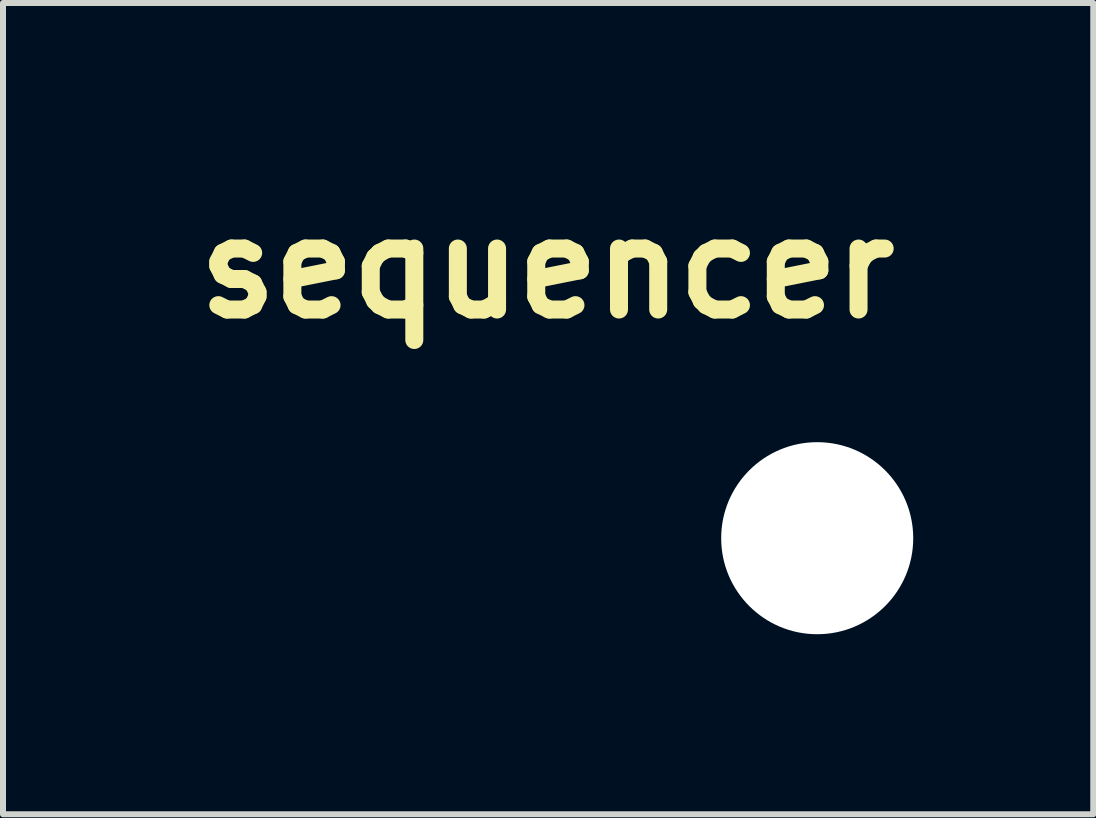
<source format=kicad_pcb>
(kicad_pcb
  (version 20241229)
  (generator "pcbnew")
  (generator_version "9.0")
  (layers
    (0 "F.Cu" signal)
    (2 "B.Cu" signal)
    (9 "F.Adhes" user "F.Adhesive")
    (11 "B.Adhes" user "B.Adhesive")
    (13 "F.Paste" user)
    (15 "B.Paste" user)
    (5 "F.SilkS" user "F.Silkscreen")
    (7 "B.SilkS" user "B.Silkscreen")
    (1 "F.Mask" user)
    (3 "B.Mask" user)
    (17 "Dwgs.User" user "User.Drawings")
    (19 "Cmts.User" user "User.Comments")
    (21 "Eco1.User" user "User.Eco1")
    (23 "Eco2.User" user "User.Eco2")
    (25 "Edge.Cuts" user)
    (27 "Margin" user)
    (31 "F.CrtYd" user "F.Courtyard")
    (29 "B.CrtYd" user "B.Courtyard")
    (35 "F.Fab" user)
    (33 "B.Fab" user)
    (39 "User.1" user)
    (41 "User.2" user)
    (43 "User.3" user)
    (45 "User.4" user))
  (footprint "sequencer"
    (layer "F.Cu")
    (at 10.567 5.918)
    (property "Reference" "sequencer" (at -4.5 -4.5 0) (layer "F.SilkS") (effects (font (size 1.524 1.524) (thickness 0.3))))
    (attr through_hole)
    (fp_poly (pts (xy -2.045 -5.4) (xy -2.002 -5.399) (xy -1.968 -5.397) (xy -1.939 -5.393) (xy -1.91 -5.387) (xy -1.877 -5.379) (xy -1.872 -5.378) (xy -1.755 -5.338) (xy -1.646 -5.283) (xy -1.545 -5.215) (xy -1.455 -5.135) (xy -1.376 -5.044) (xy -1.309 -4.943) (xy -1.255 -4.833) (xy -1.218 -4.722) (xy -1.21 -4.689) (xy -1.204 -4.66) (xy -1.2 -4.631) (xy -1.198 -4.597) (xy -1.196 -4.555) (xy -1.196 -4.501) (xy -1.196 -4.496) (xy -1.196 -4.44) (xy -1.197 -4.397) (xy -1.2 -4.363) (xy -1.203 -4.334) (xy -1.209 -4.305) (xy -1.217 -4.273) (xy -1.218 -4.27) (xy -1.258 -4.152) (xy -1.312 -4.043) (xy -1.38 -3.942) (xy -1.459 -3.852) (xy -1.549 -3.773) (xy -1.649 -3.706) (xy -1.758 -3.653) (xy -1.874 -3.614) (xy -1.939 -3.601) (xy -2.014 -3.592) (xy -2.092 -3.588) (xy -2.168 -3.589) (xy -2.236 -3.595) (xy -2.26 -3.599) (xy -2.38 -3.63) (xy -2.493 -3.675) (xy -2.597 -3.734) (xy -2.693 -3.805) (xy -2.778 -3.887) (xy -2.851 -3.98) (xy -2.912 -4.082) (xy -2.959 -4.192) (xy -2.992 -4.309) (xy -2.998 -4.338) (xy -3.011 -4.46) (xy -3.008 -4.579) (xy -2.99 -4.695) (xy -2.957 -4.807) (xy -2.91 -4.913) (xy -2.85 -5.012) (xy -2.778 -5.103) (xy -2.695 -5.184) (xy -2.601 -5.255) (xy -2.497 -5.314) (xy -2.384 -5.361) (xy -2.327 -5.378) (xy -2.294 -5.386) (xy -2.265 -5.392) (xy -2.235 -5.396) (xy -2.202 -5.399) (xy -2.16 -5.4) (xy -2.105 -5.4) (xy -2.1 -5.4) (xy -2.045 -5.4)) (stroke (width 0.01) (type solid)) (fill yes) (layer "F.Mask"))
    (fp_poly (pts (xy -6.835 -5.4) (xy -6.793 -5.399) (xy -6.759 -5.397) (xy -6.729 -5.393) (xy -6.7 -5.387) (xy -6.668 -5.379) (xy -6.665 -5.378) (xy -6.547 -5.338) (xy -6.438 -5.284) (xy -6.337 -5.217) (xy -6.246 -5.139) (xy -6.168 -5.049) (xy -6.102 -4.949) (xy -6.086 -4.921) (xy -6.038 -4.814) (xy -6.005 -4.708) (xy -5.986 -4.599) (xy -5.981 -4.496) (xy -5.989 -4.373) (xy -6.013 -4.255) (xy -6.052 -4.143) (xy -6.104 -4.037) (xy -6.17 -3.94) (xy -6.247 -3.852) (xy -6.336 -3.774) (xy -6.435 -3.708) (xy -6.543 -3.655) (xy -6.66 -3.616) (xy -6.665 -3.614) (xy -6.73 -3.601) (xy -6.804 -3.592) (xy -6.883 -3.588) (xy -6.959 -3.589) (xy -7.027 -3.595) (xy -7.051 -3.599) (xy -7.171 -3.63) (xy -7.285 -3.676) (xy -7.39 -3.736) (xy -7.486 -3.808) (xy -7.571 -3.893) (xy -7.645 -3.988) (xy -7.706 -4.093) (xy -7.754 -4.207) (xy -7.773 -4.27) (xy -7.782 -4.303) (xy -7.788 -4.332) (xy -7.792 -4.361) (xy -7.794 -4.394) (xy -7.795 -4.436) (xy -7.795 -4.475) (xy -7.401 -4.475) (xy -7.39 -4.385) (xy -7.364 -4.298) (xy -7.342 -4.252) (xy -7.314 -4.209) (xy -7.276 -4.162) (xy -7.231 -4.117) (xy -7.184 -4.078) (xy -7.141 -4.048) (xy -7.135 -4.045) (xy -7.051 -4.01) (xy -6.962 -3.99) (xy -6.871 -3.985) (xy -6.781 -3.997) (xy -6.765 -4) (xy -6.692 -4.024) (xy -6.627 -4.057) (xy -6.567 -4.102) (xy -6.531 -4.136) (xy -6.469 -4.207) (xy -6.424 -4.286) (xy -6.394 -4.37) (xy -6.38 -4.46) (xy -6.379 -4.496) (xy -6.387 -4.588) (xy -6.411 -4.675) (xy -6.45 -4.755) (xy -6.506 -4.829) (xy -6.531 -4.856) (xy -6.591 -4.909) (xy -6.652 -4.949) (xy -6.72 -4.978) (xy -6.765 -4.991) (xy -6.854 -5.005) (xy -6.945 -5.004) (xy -7.034 -4.987) (xy -7.12 -4.955) (xy -7.135 -4.947) (xy -7.178 -4.919) (xy -7.224 -4.881) (xy -7.27 -4.836) (xy -7.309 -4.79) (xy -7.339 -4.746) (xy -7.342 -4.74) (xy -7.377 -4.655) (xy -7.397 -4.566) (xy -7.401 -4.475) (xy -7.795 -4.475) (xy -7.795 -4.491) (xy -7.795 -4.496) (xy -7.795 -4.551) (xy -7.794 -4.594) (xy -7.792 -4.628) (xy -7.788 -4.658) (xy -7.782 -4.687) (xy -7.774 -4.719) (xy -7.773 -4.722) (xy -7.733 -4.84) (xy -7.678 -4.95) (xy -7.611 -5.051) (xy -7.53 -5.142) (xy -7.439 -5.221) (xy -7.338 -5.288) (xy -7.227 -5.341) (xy -7.117 -5.378) (xy -7.084 -5.386) (xy -7.055 -5.392) (xy -7.026 -5.396) (xy -6.992 -5.399) (xy -6.95 -5.4) (xy -6.896 -5.4) (xy -6.891 -5.4) (xy -6.835 -5.4)) (stroke (width 0.01) (type solid)) (fill yes) (layer "F.Mask"))
    (fp_poly (pts (xy -4.35 -5.39) (xy -4.235 -5.362) (xy -4.126 -5.318) (xy -4.028 -5.265) (xy -3.986 -5.235) (xy -3.938 -5.196) (xy -3.888 -5.15) (xy -3.84 -5.101) (xy -3.797 -5.053) (xy -3.764 -5.01) (xy -3.756 -4.999) (xy -3.695 -4.89) (xy -3.649 -4.776) (xy -3.62 -4.658) (xy -3.606 -4.539) (xy -3.608 -4.42) (xy -3.626 -4.301) (xy -3.66 -4.184) (xy -3.71 -4.071) (xy -3.756 -3.992) (xy -3.787 -3.951) (xy -3.827 -3.905) (xy -3.874 -3.856) (xy -3.924 -3.809) (xy -3.973 -3.767) (xy -4.017 -3.734) (xy -4.028 -3.727) (xy -4.132 -3.671) (xy -4.244 -3.627) (xy -4.297 -3.612) (xy -4.35 -3.601) (xy -4.414 -3.594) (xy -4.484 -3.589) (xy -4.554 -3.589) (xy -4.618 -3.591) (xy -4.673 -3.598) (xy -4.676 -3.599) (xy -4.797 -3.63) (xy -4.909 -3.675) (xy -5.013 -3.734) (xy -5.108 -3.804) (xy -5.191 -3.886) (xy -5.264 -3.977) (xy -5.324 -4.078) (xy -5.371 -4.186) (xy -5.404 -4.3) (xy -5.421 -4.42) (xy -5.424 -4.496) (xy -5.424 -4.497) (xy -5.021 -4.497) (xy -5.021 -4.496) (xy -5.02 -4.446) (xy -5.018 -4.409) (xy -5.015 -4.38) (xy -5.009 -4.353) (xy -5.001 -4.329) (xy -4.965 -4.249) (xy -4.914 -4.175) (xy -4.853 -4.111) (xy -4.782 -4.06) (xy -4.754 -4.044) (xy -4.72 -4.027) (xy -4.689 -4.015) (xy -4.656 -4.004) (xy -4.615 -3.993) (xy -4.597 -3.989) (xy -4.582 -3.987) (xy -4.554 -3.986) (xy -4.519 -3.987) (xy -4.496 -3.987) (xy -4.444 -3.99) (xy -4.402 -3.996) (xy -4.361 -4.007) (xy -4.348 -4.012) (xy -4.283 -4.041) (xy -4.218 -4.08) (xy -4.16 -4.126) (xy -4.131 -4.156) (xy -4.088 -4.215) (xy -4.052 -4.284) (xy -4.024 -4.358) (xy -4.006 -4.433) (xy -4.001 -4.496) (xy -4.008 -4.566) (xy -4.026 -4.641) (xy -4.055 -4.716) (xy -4.093 -4.784) (xy -4.131 -4.835) (xy -4.158 -4.862) (xy -4.192 -4.892) (xy -4.226 -4.917) (xy -4.227 -4.918) (xy -4.306 -4.962) (xy -4.39 -4.991) (xy -4.475 -5.005) (xy -4.561 -5.005) (xy -4.646 -4.99) (xy -4.727 -4.961) (xy -4.803 -4.919) (xy -4.871 -4.864) (xy -4.931 -4.796) (xy -4.947 -4.772) (xy -4.977 -4.721) (xy -4.998 -4.673) (xy -5.011 -4.623) (xy -5.018 -4.566) (xy -5.021 -4.497) (xy -5.424 -4.497) (xy -5.416 -4.62) (xy -5.392 -4.74) (xy -5.353 -4.853) (xy -5.3 -4.959) (xy -5.232 -5.058) (xy -5.152 -5.146) (xy -5.059 -5.225) (xy -4.954 -5.292) (xy -4.918 -5.311) (xy -4.812 -5.357) (xy -4.703 -5.387) (xy -4.591 -5.402) (xy -4.471 -5.403) (xy -4.471 -5.403) (xy -4.35 -5.39)) (stroke (width 0.01) (type solid)) (fill yes) (layer "F.Mask"))
    (fp_poly (pts (xy -2.045 -5.4) (xy -2.002 -5.399) (xy -1.968 -5.397) (xy -1.939 -5.393) (xy -1.91 -5.387) (xy -1.877 -5.379) (xy -1.872 -5.378) (xy -1.755 -5.338) (xy -1.646 -5.283) (xy -1.545 -5.215) (xy -1.455 -5.135) (xy -1.376 -5.044) (xy -1.309 -4.943) (xy -1.255 -4.833) (xy -1.218 -4.722) (xy -1.21 -4.689) (xy -1.204 -4.66) (xy -1.2 -4.631) (xy -1.198 -4.597) (xy -1.196 -4.555) (xy -1.196 -4.501) (xy -1.196 -4.496) (xy -1.196 -4.44) (xy -1.197 -4.397) (xy -1.2 -4.363) (xy -1.203 -4.334) (xy -1.209 -4.305) (xy -1.217 -4.273) (xy -1.218 -4.27) (xy -1.258 -4.152) (xy -1.312 -4.043) (xy -1.38 -3.942) (xy -1.459 -3.852) (xy -1.549 -3.773) (xy -1.649 -3.706) (xy -1.758 -3.653) (xy -1.874 -3.614) (xy -1.939 -3.601) (xy -2.014 -3.592) (xy -2.092 -3.588) (xy -2.168 -3.589) (xy -2.236 -3.595) (xy -2.26 -3.599) (xy -2.38 -3.63) (xy -2.493 -3.675) (xy -2.597 -3.734) (xy -2.693 -3.805) (xy -2.778 -3.887) (xy -2.851 -3.98) (xy -2.912 -4.082) (xy -2.959 -4.192) (xy -2.992 -4.309) (xy -2.998 -4.338) (xy -3.011 -4.46) (xy -3.008 -4.579) (xy -2.99 -4.695) (xy -2.957 -4.807) (xy -2.91 -4.913) (xy -2.85 -5.012) (xy -2.778 -5.103) (xy -2.695 -5.184) (xy -2.601 -5.255) (xy -2.497 -5.314) (xy -2.384 -5.361) (xy -2.327 -5.378) (xy -2.294 -5.386) (xy -2.265 -5.392) (xy -2.235 -5.396) (xy -2.202 -5.399) (xy -2.16 -5.4) (xy -2.105 -5.4) (xy -2.1 -5.4) (xy -2.045 -5.4)) (stroke (width 0.01) (type solid)) (fill yes) (layer "B.Mask"))
    (fp_poly (pts (xy -6.835 -5.4) (xy -6.793 -5.399) (xy -6.759 -5.397) (xy -6.729 -5.393) (xy -6.7 -5.387) (xy -6.668 -5.379) (xy -6.665 -5.378) (xy -6.547 -5.338) (xy -6.438 -5.284) (xy -6.337 -5.217) (xy -6.246 -5.139) (xy -6.168 -5.049) (xy -6.102 -4.949) (xy -6.086 -4.921) (xy -6.038 -4.814) (xy -6.005 -4.708) (xy -5.986 -4.599) (xy -5.981 -4.496) (xy -5.989 -4.373) (xy -6.013 -4.255) (xy -6.052 -4.143) (xy -6.104 -4.037) (xy -6.17 -3.94) (xy -6.247 -3.852) (xy -6.336 -3.774) (xy -6.435 -3.708) (xy -6.543 -3.655) (xy -6.66 -3.616) (xy -6.665 -3.614) (xy -6.73 -3.601) (xy -6.804 -3.592) (xy -6.883 -3.588) (xy -6.959 -3.589) (xy -7.027 -3.595) (xy -7.051 -3.599) (xy -7.171 -3.63) (xy -7.285 -3.676) (xy -7.39 -3.736) (xy -7.486 -3.808) (xy -7.571 -3.893) (xy -7.645 -3.988) (xy -7.706 -4.093) (xy -7.754 -4.207) (xy -7.773 -4.27) (xy -7.782 -4.303) (xy -7.788 -4.332) (xy -7.792 -4.361) (xy -7.794 -4.394) (xy -7.795 -4.436) (xy -7.795 -4.475) (xy -7.401 -4.475) (xy -7.39 -4.385) (xy -7.364 -4.298) (xy -7.342 -4.252) (xy -7.314 -4.209) (xy -7.276 -4.162) (xy -7.231 -4.117) (xy -7.184 -4.078) (xy -7.141 -4.048) (xy -7.135 -4.045) (xy -7.051 -4.01) (xy -6.962 -3.99) (xy -6.871 -3.985) (xy -6.781 -3.997) (xy -6.765 -4) (xy -6.692 -4.024) (xy -6.627 -4.057) (xy -6.567 -4.102) (xy -6.531 -4.136) (xy -6.469 -4.207) (xy -6.424 -4.286) (xy -6.394 -4.37) (xy -6.38 -4.46) (xy -6.379 -4.496) (xy -6.387 -4.588) (xy -6.411 -4.675) (xy -6.45 -4.755) (xy -6.506 -4.829) (xy -6.531 -4.856) (xy -6.591 -4.909) (xy -6.652 -4.949) (xy -6.72 -4.978) (xy -6.765 -4.991) (xy -6.854 -5.005) (xy -6.945 -5.004) (xy -7.034 -4.987) (xy -7.12 -4.955) (xy -7.135 -4.947) (xy -7.178 -4.919) (xy -7.224 -4.881) (xy -7.27 -4.836) (xy -7.309 -4.79) (xy -7.339 -4.746) (xy -7.342 -4.74) (xy -7.377 -4.655) (xy -7.397 -4.566) (xy -7.401 -4.475) (xy -7.795 -4.475) (xy -7.795 -4.491) (xy -7.795 -4.496) (xy -7.795 -4.551) (xy -7.794 -4.594) (xy -7.792 -4.628) (xy -7.788 -4.658) (xy -7.782 -4.687) (xy -7.774 -4.719) (xy -7.773 -4.722) (xy -7.733 -4.84) (xy -7.678 -4.95) (xy -7.611 -5.051) (xy -7.53 -5.142) (xy -7.439 -5.221) (xy -7.338 -5.288) (xy -7.227 -5.341) (xy -7.117 -5.378) (xy -7.084 -5.386) (xy -7.055 -5.392) (xy -7.026 -5.396) (xy -6.992 -5.399) (xy -6.95 -5.4) (xy -6.896 -5.4) (xy -6.891 -5.4) (xy -6.835 -5.4)) (stroke (width 0.01) (type solid)) (fill yes) (layer "B.Mask"))
    (fp_poly (pts (xy -4.35 -5.39) (xy -4.235 -5.362) (xy -4.126 -5.318) (xy -4.028 -5.265) (xy -3.986 -5.235) (xy -3.938 -5.196) (xy -3.888 -5.15) (xy -3.84 -5.101) (xy -3.797 -5.053) (xy -3.764 -5.01) (xy -3.756 -4.999) (xy -3.695 -4.89) (xy -3.649 -4.776) (xy -3.62 -4.658) (xy -3.606 -4.539) (xy -3.608 -4.42) (xy -3.626 -4.301) (xy -3.66 -4.184) (xy -3.71 -4.071) (xy -3.756 -3.992) (xy -3.787 -3.951) (xy -3.827 -3.905) (xy -3.874 -3.856) (xy -3.924 -3.809) (xy -3.973 -3.767) (xy -4.017 -3.734) (xy -4.028 -3.727) (xy -4.132 -3.671) (xy -4.244 -3.627) (xy -4.297 -3.612) (xy -4.35 -3.601) (xy -4.414 -3.594) (xy -4.484 -3.589) (xy -4.554 -3.589) (xy -4.618 -3.591) (xy -4.673 -3.598) (xy -4.676 -3.599) (xy -4.797 -3.63) (xy -4.909 -3.675) (xy -5.013 -3.734) (xy -5.108 -3.804) (xy -5.191 -3.886) (xy -5.264 -3.977) (xy -5.324 -4.078) (xy -5.371 -4.186) (xy -5.404 -4.3) (xy -5.421 -4.42) (xy -5.424 -4.496) (xy -5.424 -4.497) (xy -5.021 -4.497) (xy -5.021 -4.496) (xy -5.02 -4.446) (xy -5.018 -4.409) (xy -5.015 -4.38) (xy -5.009 -4.353) (xy -5.001 -4.329) (xy -4.965 -4.249) (xy -4.914 -4.175) (xy -4.853 -4.111) (xy -4.782 -4.06) (xy -4.754 -4.044) (xy -4.72 -4.027) (xy -4.689 -4.015) (xy -4.656 -4.004) (xy -4.615 -3.993) (xy -4.597 -3.989) (xy -4.582 -3.987) (xy -4.554 -3.986) (xy -4.519 -3.987) (xy -4.496 -3.987) (xy -4.444 -3.99) (xy -4.402 -3.996) (xy -4.361 -4.007) (xy -4.348 -4.012) (xy -4.283 -4.041) (xy -4.218 -4.08) (xy -4.16 -4.126) (xy -4.131 -4.156) (xy -4.088 -4.215) (xy -4.052 -4.284) (xy -4.024 -4.358) (xy -4.006 -4.433) (xy -4.001 -4.496) (xy -4.008 -4.566) (xy -4.026 -4.641) (xy -4.055 -4.716) (xy -4.093 -4.784) (xy -4.131 -4.835) (xy -4.158 -4.862) (xy -4.192 -4.892) (xy -4.226 -4.917) (xy -4.227 -4.918) (xy -4.306 -4.962) (xy -4.39 -4.991) (xy -4.475 -5.005) (xy -4.561 -5.005) (xy -4.646 -4.99) (xy -4.727 -4.961) (xy -4.803 -4.919) (xy -4.871 -4.864) (xy -4.931 -4.796) (xy -4.947 -4.772) (xy -4.977 -4.721) (xy -4.998 -4.673) (xy -5.011 -4.623) (xy -5.018 -4.566) (xy -5.021 -4.497) (xy -5.424 -4.497) (xy -5.416 -4.62) (xy -5.392 -4.74) (xy -5.353 -4.853) (xy -5.3 -4.959) (xy -5.232 -5.058) (xy -5.152 -5.146) (xy -5.059 -5.225) (xy -4.954 -5.292) (xy -4.918 -5.311) (xy -4.812 -5.357) (xy -4.703 -5.387) (xy -4.591 -5.402) (xy -4.471 -5.403) (xy -4.471 -5.403) (xy -4.35 -5.39)) (stroke (width 0.01) (type solid)) (fill yes) (layer "B.Mask"))
    (pad "" np_thru_hole circle (at 0 0) (size 3.2 3.2) (drill 3.2) (layers "*.Cu" "*.Mask")))
  (gr_rect
    (start -3 -3)
    (end 15.167 10.518)
    (stroke (width 0.1) (type default))
    (fill no)
    (layer "Edge.Cuts")))
</source>
